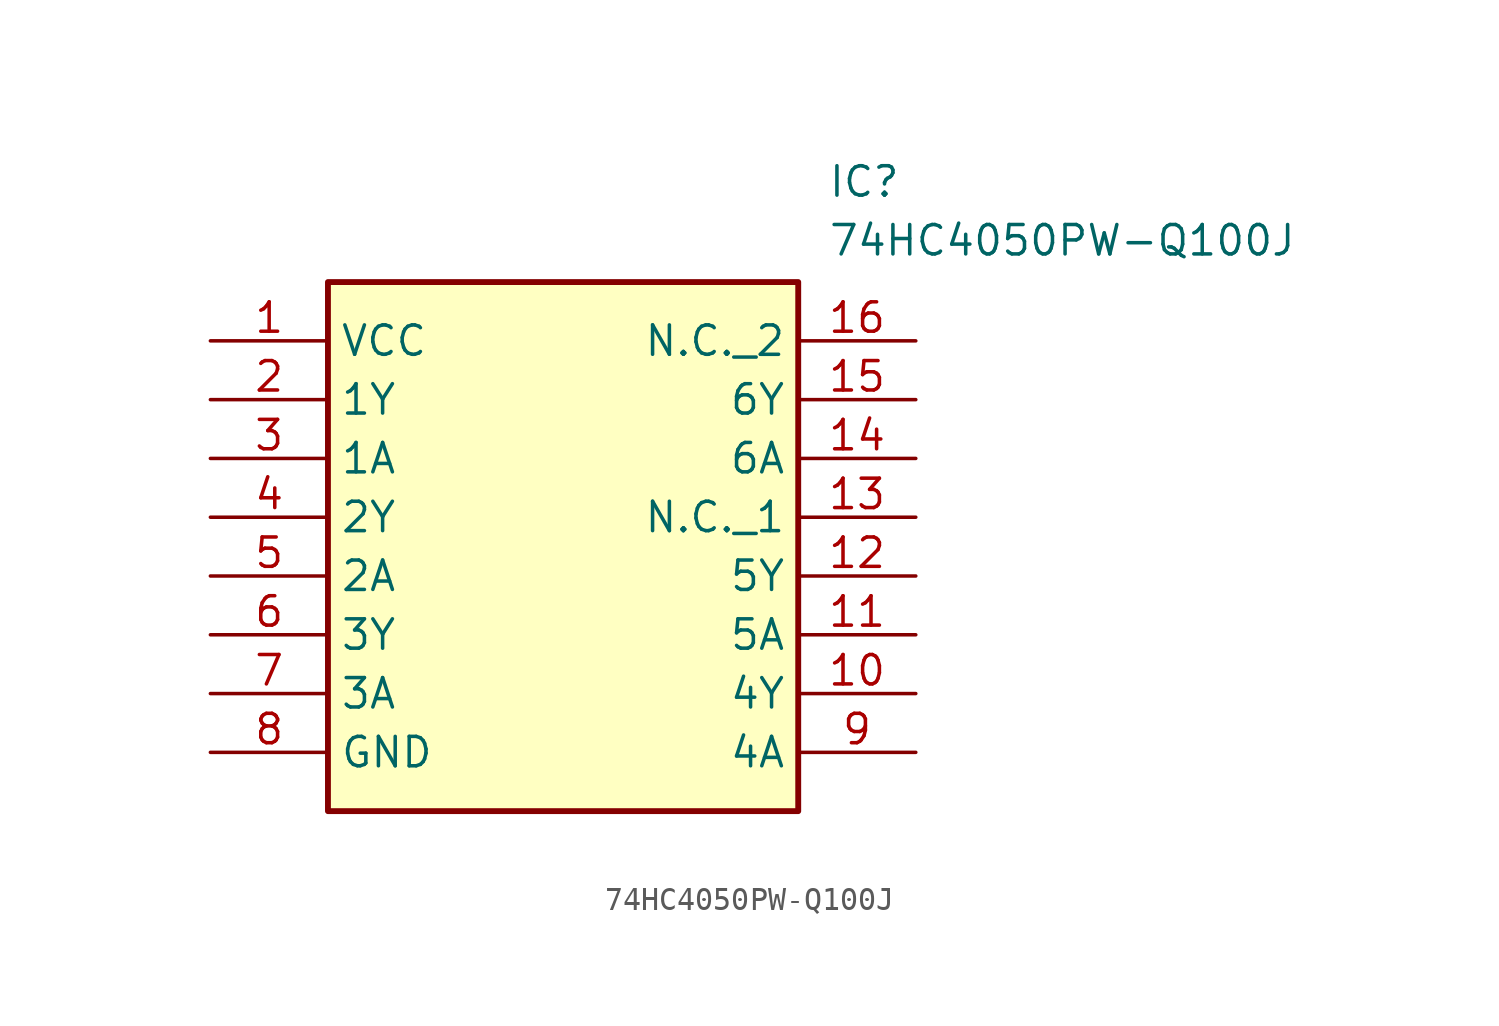
<source format=kicad_sym>
(kicad_symbol_lib
  (version 20241209)
  (generator "kicad_symbol_editor")
  (generator_version "9.0")
  (symbol "74HC4050PW-Q100J"
    (property "Reference" "IC"
      (at 26.67 7.62 0)
      (effects (font (size 1.27 1.27)) (justify left top)))
    (property "Value" "74HC4050PW-Q100J"
      (at 26.67 5.08 0)
      (effects (font (size 1.27 1.27)) (justify left top)))
    (symbol "74HC4050PW-Q100J_1_1"
      (rectangle (start 5.08 2.54) (end 25.4 -20.32) (stroke (width 0.254) (type default)) (fill (type background)))
      (pin passive line (at 0 0 0) (length 5.08) (name "VCC" (effects (font (size 1.27 1.27)))) (number "1" (effects (font (size 1.27 1.27)))))
      (pin passive line (at 0 -2.54 0) (length 5.08) (name "1Y" (effects (font (size 1.27 1.27)))) (number "2" (effects (font (size 1.27 1.27)))))
      (pin passive line (at 0 -5.08 0) (length 5.08) (name "1A" (effects (font (size 1.27 1.27)))) (number "3" (effects (font (size 1.27 1.27)))))
      (pin passive line (at 0 -7.62 0) (length 5.08) (name "2Y" (effects (font (size 1.27 1.27)))) (number "4" (effects (font (size 1.27 1.27)))))
      (pin passive line (at 0 -10.16 0) (length 5.08) (name "2A" (effects (font (size 1.27 1.27)))) (number "5" (effects (font (size 1.27 1.27)))))
      (pin passive line (at 0 -12.7 0) (length 5.08) (name "3Y" (effects (font (size 1.27 1.27)))) (number "6" (effects (font (size 1.27 1.27)))))
      (pin passive line (at 0 -15.24 0) (length 5.08) (name "3A" (effects (font (size 1.27 1.27)))) (number "7" (effects (font (size 1.27 1.27)))))
      (pin passive line (at 0 -17.78 0) (length 5.08) (name "GND" (effects (font (size 1.27 1.27)))) (number "8" (effects (font (size 1.27 1.27)))))
      (pin passive line (at 30.48 0 180) (length 5.08) (name "N.C._2" (effects (font (size 1.27 1.27)))) (number "16" (effects (font (size 1.27 1.27)))))
      (pin passive line (at 30.48 -2.54 180) (length 5.08) (name "6Y" (effects (font (size 1.27 1.27)))) (number "15" (effects (font (size 1.27 1.27)))))
      (pin passive line (at 30.48 -5.08 180) (length 5.08) (name "6A" (effects (font (size 1.27 1.27)))) (number "14" (effects (font (size 1.27 1.27)))))
      (pin passive line (at 30.48 -7.62 180) (length 5.08) (name "N.C._1" (effects (font (size 1.27 1.27)))) (number "13" (effects (font (size 1.27 1.27)))))
      (pin passive line (at 30.48 -10.16 180) (length 5.08) (name "5Y" (effects (font (size 1.27 1.27)))) (number "12" (effects (font (size 1.27 1.27)))))
      (pin passive line (at 30.48 -12.7 180) (length 5.08) (name "5A" (effects (font (size 1.27 1.27)))) (number "11" (effects (font (size 1.27 1.27)))))
      (pin passive line (at 30.48 -15.24 180) (length 5.08) (name "4Y" (effects (font (size 1.27 1.27)))) (number "10" (effects (font (size 1.27 1.27)))))
      (pin passive line (at 30.48 -17.78 180) (length 5.08) (name "4A" (effects (font (size 1.27 1.27)))) (number "9" (effects (font (size 1.27 1.27))))))))
</source>
